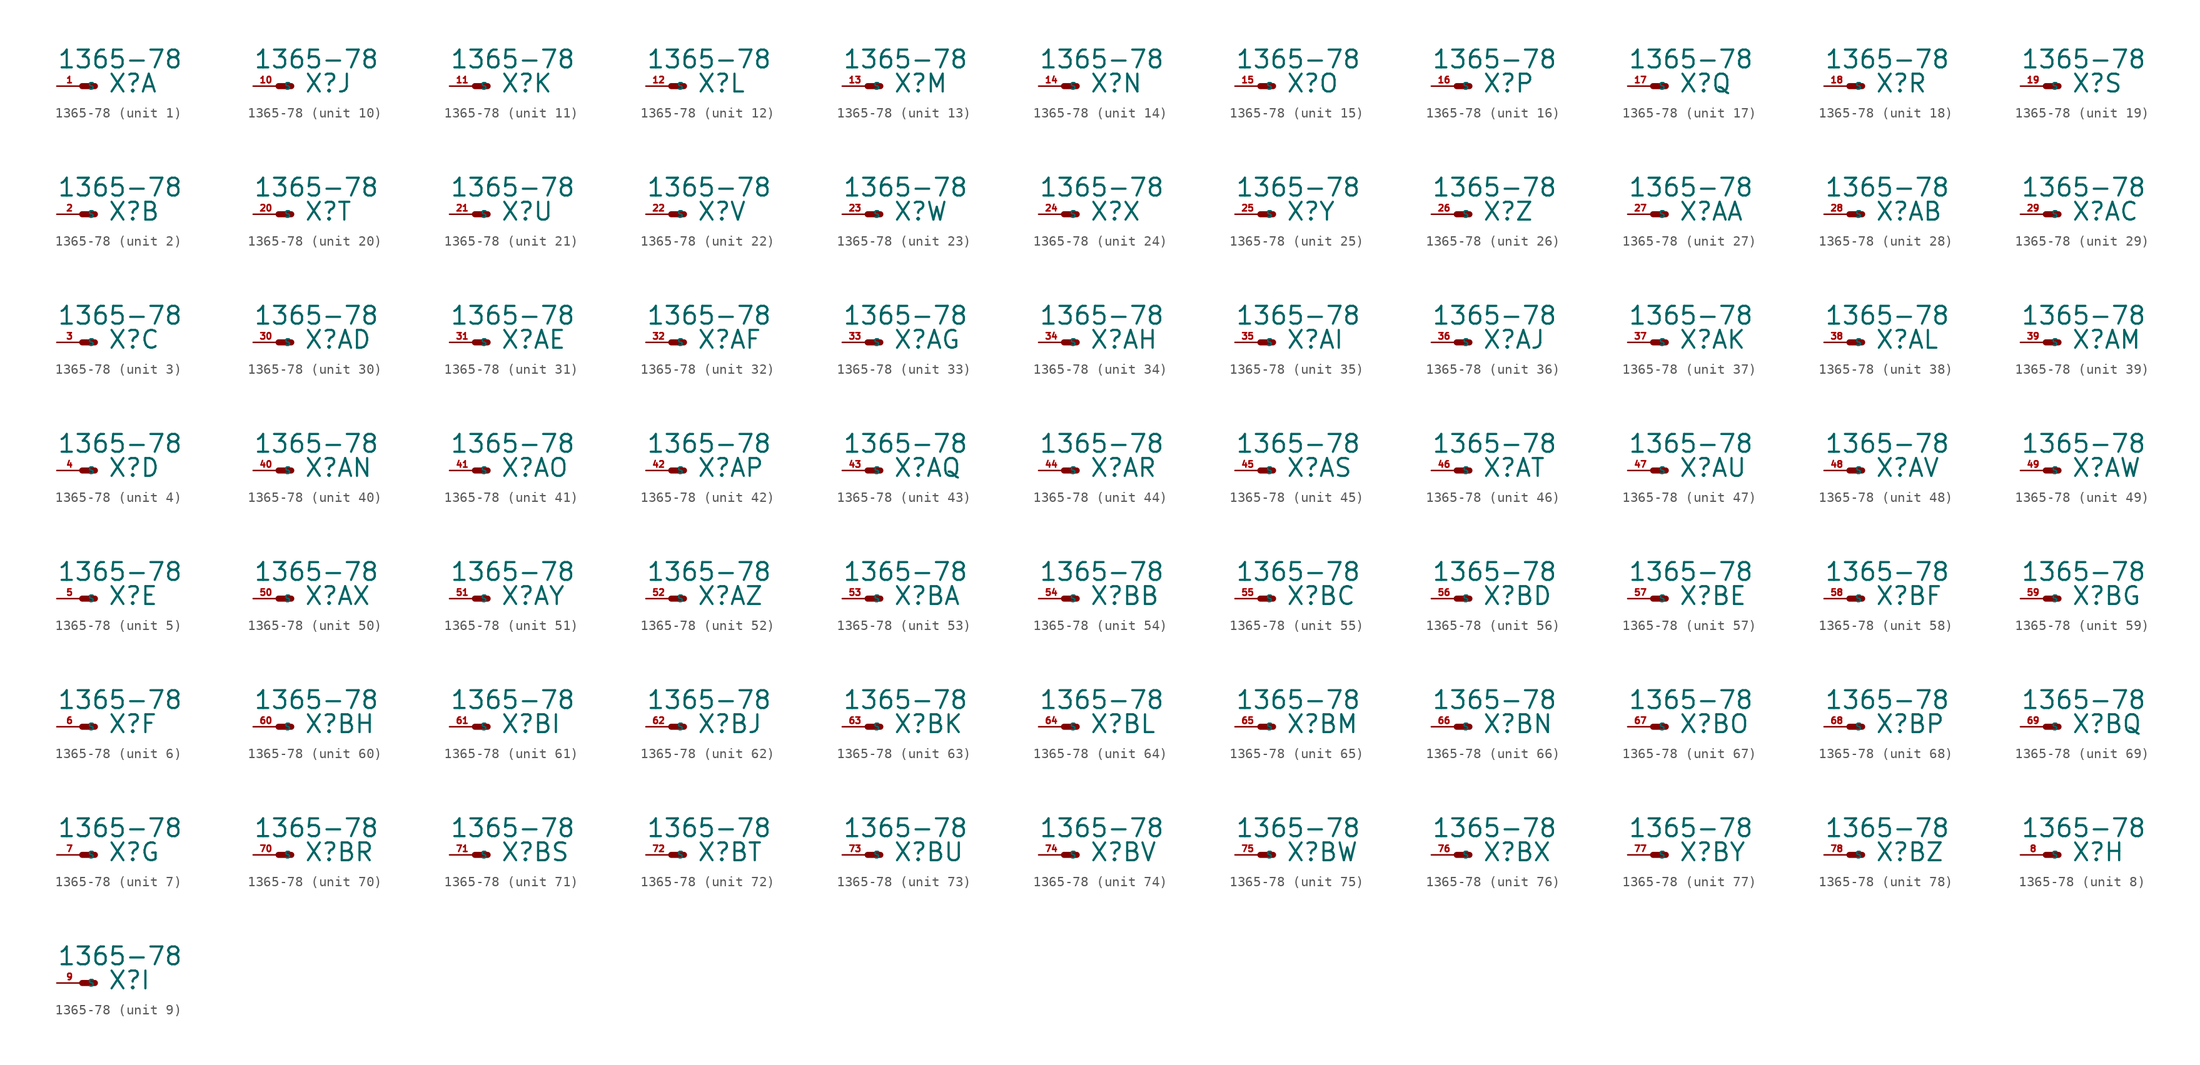
<source format=kicad_sym>
(kicad_symbol_lib
  (version 20220914)
  (generator Eagle2Kicad)
  (symbol "1365-78"
    (property "Reference" "X"
      (at 2.54 -0.762 0)
      (effects (font (size 1.778 1.778) (thickness 0.22)) (justify left bottom)))
    (property "Value" "1365-78"
      (at -2.54 1.651 0)
      (effects (font (size 1.778 1.778) (thickness 0.22)) (justify left bottom)))
    (symbol "1365-78_1_0"
      (polyline (pts (xy 0 0) (xy 1.27 0)) (stroke (width 0.61) (type default)) (fill (type none)))
      (pin passive line (at -2.54 0 0) (length 2.54) (name "S" (effects (font (size 0.635 0.635) (thickness 0.08)) (justify left bottom))) (number "1" (effects (font (size 0.635 0.635) (thickness 0.08)) (justify left bottom)))))
    (symbol "1365-78_2_0"
      (polyline (pts (xy 0 0) (xy 1.27 0)) (stroke (width 0.61) (type default)) (fill (type none)))
      (pin passive line (at -2.54 0 0) (length 2.54) (name "S" (effects (font (size 0.635 0.635) (thickness 0.08)) (justify left bottom))) (number "2" (effects (font (size 0.635 0.635) (thickness 0.08)) (justify left bottom)))))
    (symbol "1365-78_3_0"
      (polyline (pts (xy 0 0) (xy 1.27 0)) (stroke (width 0.61) (type default)) (fill (type none)))
      (pin passive line (at -2.54 0 0) (length 2.54) (name "S" (effects (font (size 0.635 0.635) (thickness 0.08)) (justify left bottom))) (number "3" (effects (font (size 0.635 0.635) (thickness 0.08)) (justify left bottom)))))
    (symbol "1365-78_4_0"
      (polyline (pts (xy 0 0) (xy 1.27 0)) (stroke (width 0.61) (type default)) (fill (type none)))
      (pin passive line (at -2.54 0 0) (length 2.54) (name "S" (effects (font (size 0.635 0.635) (thickness 0.08)) (justify left bottom))) (number "4" (effects (font (size 0.635 0.635) (thickness 0.08)) (justify left bottom)))))
    (symbol "1365-78_5_0"
      (polyline (pts (xy 0 0) (xy 1.27 0)) (stroke (width 0.61) (type default)) (fill (type none)))
      (pin passive line (at -2.54 0 0) (length 2.54) (name "S" (effects (font (size 0.635 0.635) (thickness 0.08)) (justify left bottom))) (number "5" (effects (font (size 0.635 0.635) (thickness 0.08)) (justify left bottom)))))
    (symbol "1365-78_6_0"
      (polyline (pts (xy 0 0) (xy 1.27 0)) (stroke (width 0.61) (type default)) (fill (type none)))
      (pin passive line (at -2.54 0 0) (length 2.54) (name "S" (effects (font (size 0.635 0.635) (thickness 0.08)) (justify left bottom))) (number "6" (effects (font (size 0.635 0.635) (thickness 0.08)) (justify left bottom)))))
    (symbol "1365-78_7_0"
      (polyline (pts (xy 0 0) (xy 1.27 0)) (stroke (width 0.61) (type default)) (fill (type none)))
      (pin passive line (at -2.54 0 0) (length 2.54) (name "S" (effects (font (size 0.635 0.635) (thickness 0.08)) (justify left bottom))) (number "7" (effects (font (size 0.635 0.635) (thickness 0.08)) (justify left bottom)))))
    (symbol "1365-78_8_0"
      (polyline (pts (xy 0 0) (xy 1.27 0)) (stroke (width 0.61) (type default)) (fill (type none)))
      (pin passive line (at -2.54 0 0) (length 2.54) (name "S" (effects (font (size 0.635 0.635) (thickness 0.08)) (justify left bottom))) (number "8" (effects (font (size 0.635 0.635) (thickness 0.08)) (justify left bottom)))))
    (symbol "1365-78_9_0"
      (polyline (pts (xy 0 0) (xy 1.27 0)) (stroke (width 0.61) (type default)) (fill (type none)))
      (pin passive line (at -2.54 0 0) (length 2.54) (name "S" (effects (font (size 0.635 0.635) (thickness 0.08)) (justify left bottom))) (number "9" (effects (font (size 0.635 0.635) (thickness 0.08)) (justify left bottom)))))
    (symbol "1365-78_10_0"
      (polyline (pts (xy 0 0) (xy 1.27 0)) (stroke (width 0.61) (type default)) (fill (type none)))
      (pin passive line (at -2.54 0 0) (length 2.54) (name "S" (effects (font (size 0.635 0.635) (thickness 0.08)) (justify left bottom))) (number "10" (effects (font (size 0.635 0.635) (thickness 0.08)) (justify left bottom)))))
    (symbol "1365-78_11_0"
      (polyline (pts (xy 0 0) (xy 1.27 0)) (stroke (width 0.61) (type default)) (fill (type none)))
      (pin passive line (at -2.54 0 0) (length 2.54) (name "S" (effects (font (size 0.635 0.635) (thickness 0.08)) (justify left bottom))) (number "11" (effects (font (size 0.635 0.635) (thickness 0.08)) (justify left bottom)))))
    (symbol "1365-78_12_0"
      (polyline (pts (xy 0 0) (xy 1.27 0)) (stroke (width 0.61) (type default)) (fill (type none)))
      (pin passive line (at -2.54 0 0) (length 2.54) (name "S" (effects (font (size 0.635 0.635) (thickness 0.08)) (justify left bottom))) (number "12" (effects (font (size 0.635 0.635) (thickness 0.08)) (justify left bottom)))))
    (symbol "1365-78_13_0"
      (polyline (pts (xy 0 0) (xy 1.27 0)) (stroke (width 0.61) (type default)) (fill (type none)))
      (pin passive line (at -2.54 0 0) (length 2.54) (name "S" (effects (font (size 0.635 0.635) (thickness 0.08)) (justify left bottom))) (number "13" (effects (font (size 0.635 0.635) (thickness 0.08)) (justify left bottom)))))
    (symbol "1365-78_14_0"
      (polyline (pts (xy 0 0) (xy 1.27 0)) (stroke (width 0.61) (type default)) (fill (type none)))
      (pin passive line (at -2.54 0 0) (length 2.54) (name "S" (effects (font (size 0.635 0.635) (thickness 0.08)) (justify left bottom))) (number "14" (effects (font (size 0.635 0.635) (thickness 0.08)) (justify left bottom)))))
    (symbol "1365-78_15_0"
      (polyline (pts (xy 0 0) (xy 1.27 0)) (stroke (width 0.61) (type default)) (fill (type none)))
      (pin passive line (at -2.54 0 0) (length 2.54) (name "S" (effects (font (size 0.635 0.635) (thickness 0.08)) (justify left bottom))) (number "15" (effects (font (size 0.635 0.635) (thickness 0.08)) (justify left bottom)))))
    (symbol "1365-78_16_0"
      (polyline (pts (xy 0 0) (xy 1.27 0)) (stroke (width 0.61) (type default)) (fill (type none)))
      (pin passive line (at -2.54 0 0) (length 2.54) (name "S" (effects (font (size 0.635 0.635) (thickness 0.08)) (justify left bottom))) (number "16" (effects (font (size 0.635 0.635) (thickness 0.08)) (justify left bottom)))))
    (symbol "1365-78_17_0"
      (polyline (pts (xy 0 0) (xy 1.27 0)) (stroke (width 0.61) (type default)) (fill (type none)))
      (pin passive line (at -2.54 0 0) (length 2.54) (name "S" (effects (font (size 0.635 0.635) (thickness 0.08)) (justify left bottom))) (number "17" (effects (font (size 0.635 0.635) (thickness 0.08)) (justify left bottom)))))
    (symbol "1365-78_18_0"
      (polyline (pts (xy 0 0) (xy 1.27 0)) (stroke (width 0.61) (type default)) (fill (type none)))
      (pin passive line (at -2.54 0 0) (length 2.54) (name "S" (effects (font (size 0.635 0.635) (thickness 0.08)) (justify left bottom))) (number "18" (effects (font (size 0.635 0.635) (thickness 0.08)) (justify left bottom)))))
    (symbol "1365-78_19_0"
      (polyline (pts (xy 0 0) (xy 1.27 0)) (stroke (width 0.61) (type default)) (fill (type none)))
      (pin passive line (at -2.54 0 0) (length 2.54) (name "S" (effects (font (size 0.635 0.635) (thickness 0.08)) (justify left bottom))) (number "19" (effects (font (size 0.635 0.635) (thickness 0.08)) (justify left bottom)))))
    (symbol "1365-78_20_0"
      (polyline (pts (xy 0 0) (xy 1.27 0)) (stroke (width 0.61) (type default)) (fill (type none)))
      (pin passive line (at -2.54 0 0) (length 2.54) (name "S" (effects (font (size 0.635 0.635) (thickness 0.08)) (justify left bottom))) (number "20" (effects (font (size 0.635 0.635) (thickness 0.08)) (justify left bottom)))))
    (symbol "1365-78_21_0"
      (polyline (pts (xy 0 0) (xy 1.27 0)) (stroke (width 0.61) (type default)) (fill (type none)))
      (pin passive line (at -2.54 0 0) (length 2.54) (name "S" (effects (font (size 0.635 0.635) (thickness 0.08)) (justify left bottom))) (number "21" (effects (font (size 0.635 0.635) (thickness 0.08)) (justify left bottom)))))
    (symbol "1365-78_22_0"
      (polyline (pts (xy 0 0) (xy 1.27 0)) (stroke (width 0.61) (type default)) (fill (type none)))
      (pin passive line (at -2.54 0 0) (length 2.54) (name "S" (effects (font (size 0.635 0.635) (thickness 0.08)) (justify left bottom))) (number "22" (effects (font (size 0.635 0.635) (thickness 0.08)) (justify left bottom)))))
    (symbol "1365-78_23_0"
      (polyline (pts (xy 0 0) (xy 1.27 0)) (stroke (width 0.61) (type default)) (fill (type none)))
      (pin passive line (at -2.54 0 0) (length 2.54) (name "S" (effects (font (size 0.635 0.635) (thickness 0.08)) (justify left bottom))) (number "23" (effects (font (size 0.635 0.635) (thickness 0.08)) (justify left bottom)))))
    (symbol "1365-78_24_0"
      (polyline (pts (xy 0 0) (xy 1.27 0)) (stroke (width 0.61) (type default)) (fill (type none)))
      (pin passive line (at -2.54 0 0) (length 2.54) (name "S" (effects (font (size 0.635 0.635) (thickness 0.08)) (justify left bottom))) (number "24" (effects (font (size 0.635 0.635) (thickness 0.08)) (justify left bottom)))))
    (symbol "1365-78_25_0"
      (polyline (pts (xy 0 0) (xy 1.27 0)) (stroke (width 0.61) (type default)) (fill (type none)))
      (pin passive line (at -2.54 0 0) (length 2.54) (name "S" (effects (font (size 0.635 0.635) (thickness 0.08)) (justify left bottom))) (number "25" (effects (font (size 0.635 0.635) (thickness 0.08)) (justify left bottom)))))
    (symbol "1365-78_26_0"
      (polyline (pts (xy 0 0) (xy 1.27 0)) (stroke (width 0.61) (type default)) (fill (type none)))
      (pin passive line (at -2.54 0 0) (length 2.54) (name "S" (effects (font (size 0.635 0.635) (thickness 0.08)) (justify left bottom))) (number "26" (effects (font (size 0.635 0.635) (thickness 0.08)) (justify left bottom)))))
    (symbol "1365-78_27_0"
      (polyline (pts (xy 0 0) (xy 1.27 0)) (stroke (width 0.61) (type default)) (fill (type none)))
      (pin passive line (at -2.54 0 0) (length 2.54) (name "S" (effects (font (size 0.635 0.635) (thickness 0.08)) (justify left bottom))) (number "27" (effects (font (size 0.635 0.635) (thickness 0.08)) (justify left bottom)))))
    (symbol "1365-78_28_0"
      (polyline (pts (xy 0 0) (xy 1.27 0)) (stroke (width 0.61) (type default)) (fill (type none)))
      (pin passive line (at -2.54 0 0) (length 2.54) (name "S" (effects (font (size 0.635 0.635) (thickness 0.08)) (justify left bottom))) (number "28" (effects (font (size 0.635 0.635) (thickness 0.08)) (justify left bottom)))))
    (symbol "1365-78_29_0"
      (polyline (pts (xy 0 0) (xy 1.27 0)) (stroke (width 0.61) (type default)) (fill (type none)))
      (pin passive line (at -2.54 0 0) (length 2.54) (name "S" (effects (font (size 0.635 0.635) (thickness 0.08)) (justify left bottom))) (number "29" (effects (font (size 0.635 0.635) (thickness 0.08)) (justify left bottom)))))
    (symbol "1365-78_30_0"
      (polyline (pts (xy 0 0) (xy 1.27 0)) (stroke (width 0.61) (type default)) (fill (type none)))
      (pin passive line (at -2.54 0 0) (length 2.54) (name "S" (effects (font (size 0.635 0.635) (thickness 0.08)) (justify left bottom))) (number "30" (effects (font (size 0.635 0.635) (thickness 0.08)) (justify left bottom)))))
    (symbol "1365-78_31_0"
      (polyline (pts (xy 0 0) (xy 1.27 0)) (stroke (width 0.61) (type default)) (fill (type none)))
      (pin passive line (at -2.54 0 0) (length 2.54) (name "S" (effects (font (size 0.635 0.635) (thickness 0.08)) (justify left bottom))) (number "31" (effects (font (size 0.635 0.635) (thickness 0.08)) (justify left bottom)))))
    (symbol "1365-78_32_0"
      (polyline (pts (xy 0 0) (xy 1.27 0)) (stroke (width 0.61) (type default)) (fill (type none)))
      (pin passive line (at -2.54 0 0) (length 2.54) (name "S" (effects (font (size 0.635 0.635) (thickness 0.08)) (justify left bottom))) (number "32" (effects (font (size 0.635 0.635) (thickness 0.08)) (justify left bottom)))))
    (symbol "1365-78_33_0"
      (polyline (pts (xy 0 0) (xy 1.27 0)) (stroke (width 0.61) (type default)) (fill (type none)))
      (pin passive line (at -2.54 0 0) (length 2.54) (name "S" (effects (font (size 0.635 0.635) (thickness 0.08)) (justify left bottom))) (number "33" (effects (font (size 0.635 0.635) (thickness 0.08)) (justify left bottom)))))
    (symbol "1365-78_34_0"
      (polyline (pts (xy 0 0) (xy 1.27 0)) (stroke (width 0.61) (type default)) (fill (type none)))
      (pin passive line (at -2.54 0 0) (length 2.54) (name "S" (effects (font (size 0.635 0.635) (thickness 0.08)) (justify left bottom))) (number "34" (effects (font (size 0.635 0.635) (thickness 0.08)) (justify left bottom)))))
    (symbol "1365-78_35_0"
      (polyline (pts (xy 0 0) (xy 1.27 0)) (stroke (width 0.61) (type default)) (fill (type none)))
      (pin passive line (at -2.54 0 0) (length 2.54) (name "S" (effects (font (size 0.635 0.635) (thickness 0.08)) (justify left bottom))) (number "35" (effects (font (size 0.635 0.635) (thickness 0.08)) (justify left bottom)))))
    (symbol "1365-78_36_0"
      (polyline (pts (xy 0 0) (xy 1.27 0)) (stroke (width 0.61) (type default)) (fill (type none)))
      (pin passive line (at -2.54 0 0) (length 2.54) (name "S" (effects (font (size 0.635 0.635) (thickness 0.08)) (justify left bottom))) (number "36" (effects (font (size 0.635 0.635) (thickness 0.08)) (justify left bottom)))))
    (symbol "1365-78_37_0"
      (polyline (pts (xy 0 0) (xy 1.27 0)) (stroke (width 0.61) (type default)) (fill (type none)))
      (pin passive line (at -2.54 0 0) (length 2.54) (name "S" (effects (font (size 0.635 0.635) (thickness 0.08)) (justify left bottom))) (number "37" (effects (font (size 0.635 0.635) (thickness 0.08)) (justify left bottom)))))
    (symbol "1365-78_38_0"
      (polyline (pts (xy 0 0) (xy 1.27 0)) (stroke (width 0.61) (type default)) (fill (type none)))
      (pin passive line (at -2.54 0 0) (length 2.54) (name "S" (effects (font (size 0.635 0.635) (thickness 0.08)) (justify left bottom))) (number "38" (effects (font (size 0.635 0.635) (thickness 0.08)) (justify left bottom)))))
    (symbol "1365-78_39_0"
      (polyline (pts (xy 0 0) (xy 1.27 0)) (stroke (width 0.61) (type default)) (fill (type none)))
      (pin passive line (at -2.54 0 0) (length 2.54) (name "S" (effects (font (size 0.635 0.635) (thickness 0.08)) (justify left bottom))) (number "39" (effects (font (size 0.635 0.635) (thickness 0.08)) (justify left bottom)))))
    (symbol "1365-78_40_0"
      (polyline (pts (xy 0 0) (xy 1.27 0)) (stroke (width 0.61) (type default)) (fill (type none)))
      (pin passive line (at -2.54 0 0) (length 2.54) (name "S" (effects (font (size 0.635 0.635) (thickness 0.08)) (justify left bottom))) (number "40" (effects (font (size 0.635 0.635) (thickness 0.08)) (justify left bottom)))))
    (symbol "1365-78_41_0"
      (polyline (pts (xy 0 0) (xy 1.27 0)) (stroke (width 0.61) (type default)) (fill (type none)))
      (pin passive line (at -2.54 0 0) (length 2.54) (name "S" (effects (font (size 0.635 0.635) (thickness 0.08)) (justify left bottom))) (number "41" (effects (font (size 0.635 0.635) (thickness 0.08)) (justify left bottom)))))
    (symbol "1365-78_42_0"
      (polyline (pts (xy 0 0) (xy 1.27 0)) (stroke (width 0.61) (type default)) (fill (type none)))
      (pin passive line (at -2.54 0 0) (length 2.54) (name "S" (effects (font (size 0.635 0.635) (thickness 0.08)) (justify left bottom))) (number "42" (effects (font (size 0.635 0.635) (thickness 0.08)) (justify left bottom)))))
    (symbol "1365-78_43_0"
      (polyline (pts (xy 0 0) (xy 1.27 0)) (stroke (width 0.61) (type default)) (fill (type none)))
      (pin passive line (at -2.54 0 0) (length 2.54) (name "S" (effects (font (size 0.635 0.635) (thickness 0.08)) (justify left bottom))) (number "43" (effects (font (size 0.635 0.635) (thickness 0.08)) (justify left bottom)))))
    (symbol "1365-78_44_0"
      (polyline (pts (xy 0 0) (xy 1.27 0)) (stroke (width 0.61) (type default)) (fill (type none)))
      (pin passive line (at -2.54 0 0) (length 2.54) (name "S" (effects (font (size 0.635 0.635) (thickness 0.08)) (justify left bottom))) (number "44" (effects (font (size 0.635 0.635) (thickness 0.08)) (justify left bottom)))))
    (symbol "1365-78_45_0"
      (polyline (pts (xy 0 0) (xy 1.27 0)) (stroke (width 0.61) (type default)) (fill (type none)))
      (pin passive line (at -2.54 0 0) (length 2.54) (name "S" (effects (font (size 0.635 0.635) (thickness 0.08)) (justify left bottom))) (number "45" (effects (font (size 0.635 0.635) (thickness 0.08)) (justify left bottom)))))
    (symbol "1365-78_46_0"
      (polyline (pts (xy 0 0) (xy 1.27 0)) (stroke (width 0.61) (type default)) (fill (type none)))
      (pin passive line (at -2.54 0 0) (length 2.54) (name "S" (effects (font (size 0.635 0.635) (thickness 0.08)) (justify left bottom))) (number "46" (effects (font (size 0.635 0.635) (thickness 0.08)) (justify left bottom)))))
    (symbol "1365-78_47_0"
      (polyline (pts (xy 0 0) (xy 1.27 0)) (stroke (width 0.61) (type default)) (fill (type none)))
      (pin passive line (at -2.54 0 0) (length 2.54) (name "S" (effects (font (size 0.635 0.635) (thickness 0.08)) (justify left bottom))) (number "47" (effects (font (size 0.635 0.635) (thickness 0.08)) (justify left bottom)))))
    (symbol "1365-78_48_0"
      (polyline (pts (xy 0 0) (xy 1.27 0)) (stroke (width 0.61) (type default)) (fill (type none)))
      (pin passive line (at -2.54 0 0) (length 2.54) (name "S" (effects (font (size 0.635 0.635) (thickness 0.08)) (justify left bottom))) (number "48" (effects (font (size 0.635 0.635) (thickness 0.08)) (justify left bottom)))))
    (symbol "1365-78_49_0"
      (polyline (pts (xy 0 0) (xy 1.27 0)) (stroke (width 0.61) (type default)) (fill (type none)))
      (pin passive line (at -2.54 0 0) (length 2.54) (name "S" (effects (font (size 0.635 0.635) (thickness 0.08)) (justify left bottom))) (number "49" (effects (font (size 0.635 0.635) (thickness 0.08)) (justify left bottom)))))
    (symbol "1365-78_50_0"
      (polyline (pts (xy 0 0) (xy 1.27 0)) (stroke (width 0.61) (type default)) (fill (type none)))
      (pin passive line (at -2.54 0 0) (length 2.54) (name "S" (effects (font (size 0.635 0.635) (thickness 0.08)) (justify left bottom))) (number "50" (effects (font (size 0.635 0.635) (thickness 0.08)) (justify left bottom)))))
    (symbol "1365-78_51_0"
      (polyline (pts (xy 0 0) (xy 1.27 0)) (stroke (width 0.61) (type default)) (fill (type none)))
      (pin passive line (at -2.54 0 0) (length 2.54) (name "S" (effects (font (size 0.635 0.635) (thickness 0.08)) (justify left bottom))) (number "51" (effects (font (size 0.635 0.635) (thickness 0.08)) (justify left bottom)))))
    (symbol "1365-78_52_0"
      (polyline (pts (xy 0 0) (xy 1.27 0)) (stroke (width 0.61) (type default)) (fill (type none)))
      (pin passive line (at -2.54 0 0) (length 2.54) (name "S" (effects (font (size 0.635 0.635) (thickness 0.08)) (justify left bottom))) (number "52" (effects (font (size 0.635 0.635) (thickness 0.08)) (justify left bottom)))))
    (symbol "1365-78_53_0"
      (polyline (pts (xy 0 0) (xy 1.27 0)) (stroke (width 0.61) (type default)) (fill (type none)))
      (pin passive line (at -2.54 0 0) (length 2.54) (name "S" (effects (font (size 0.635 0.635) (thickness 0.08)) (justify left bottom))) (number "53" (effects (font (size 0.635 0.635) (thickness 0.08)) (justify left bottom)))))
    (symbol "1365-78_54_0"
      (polyline (pts (xy 0 0) (xy 1.27 0)) (stroke (width 0.61) (type default)) (fill (type none)))
      (pin passive line (at -2.54 0 0) (length 2.54) (name "S" (effects (font (size 0.635 0.635) (thickness 0.08)) (justify left bottom))) (number "54" (effects (font (size 0.635 0.635) (thickness 0.08)) (justify left bottom)))))
    (symbol "1365-78_55_0"
      (polyline (pts (xy 0 0) (xy 1.27 0)) (stroke (width 0.61) (type default)) (fill (type none)))
      (pin passive line (at -2.54 0 0) (length 2.54) (name "S" (effects (font (size 0.635 0.635) (thickness 0.08)) (justify left bottom))) (number "55" (effects (font (size 0.635 0.635) (thickness 0.08)) (justify left bottom)))))
    (symbol "1365-78_56_0"
      (polyline (pts (xy 0 0) (xy 1.27 0)) (stroke (width 0.61) (type default)) (fill (type none)))
      (pin passive line (at -2.54 0 0) (length 2.54) (name "S" (effects (font (size 0.635 0.635) (thickness 0.08)) (justify left bottom))) (number "56" (effects (font (size 0.635 0.635) (thickness 0.08)) (justify left bottom)))))
    (symbol "1365-78_57_0"
      (polyline (pts (xy 0 0) (xy 1.27 0)) (stroke (width 0.61) (type default)) (fill (type none)))
      (pin passive line (at -2.54 0 0) (length 2.54) (name "S" (effects (font (size 0.635 0.635) (thickness 0.08)) (justify left bottom))) (number "57" (effects (font (size 0.635 0.635) (thickness 0.08)) (justify left bottom)))))
    (symbol "1365-78_58_0"
      (polyline (pts (xy 0 0) (xy 1.27 0)) (stroke (width 0.61) (type default)) (fill (type none)))
      (pin passive line (at -2.54 0 0) (length 2.54) (name "S" (effects (font (size 0.635 0.635) (thickness 0.08)) (justify left bottom))) (number "58" (effects (font (size 0.635 0.635) (thickness 0.08)) (justify left bottom)))))
    (symbol "1365-78_59_0"
      (polyline (pts (xy 0 0) (xy 1.27 0)) (stroke (width 0.61) (type default)) (fill (type none)))
      (pin passive line (at -2.54 0 0) (length 2.54) (name "S" (effects (font (size 0.635 0.635) (thickness 0.08)) (justify left bottom))) (number "59" (effects (font (size 0.635 0.635) (thickness 0.08)) (justify left bottom)))))
    (symbol "1365-78_60_0"
      (polyline (pts (xy 0 0) (xy 1.27 0)) (stroke (width 0.61) (type default)) (fill (type none)))
      (pin passive line (at -2.54 0 0) (length 2.54) (name "S" (effects (font (size 0.635 0.635) (thickness 0.08)) (justify left bottom))) (number "60" (effects (font (size 0.635 0.635) (thickness 0.08)) (justify left bottom)))))
    (symbol "1365-78_61_0"
      (polyline (pts (xy 0 0) (xy 1.27 0)) (stroke (width 0.61) (type default)) (fill (type none)))
      (pin passive line (at -2.54 0 0) (length 2.54) (name "S" (effects (font (size 0.635 0.635) (thickness 0.08)) (justify left bottom))) (number "61" (effects (font (size 0.635 0.635) (thickness 0.08)) (justify left bottom)))))
    (symbol "1365-78_62_0"
      (polyline (pts (xy 0 0) (xy 1.27 0)) (stroke (width 0.61) (type default)) (fill (type none)))
      (pin passive line (at -2.54 0 0) (length 2.54) (name "S" (effects (font (size 0.635 0.635) (thickness 0.08)) (justify left bottom))) (number "62" (effects (font (size 0.635 0.635) (thickness 0.08)) (justify left bottom)))))
    (symbol "1365-78_63_0"
      (polyline (pts (xy 0 0) (xy 1.27 0)) (stroke (width 0.61) (type default)) (fill (type none)))
      (pin passive line (at -2.54 0 0) (length 2.54) (name "S" (effects (font (size 0.635 0.635) (thickness 0.08)) (justify left bottom))) (number "63" (effects (font (size 0.635 0.635) (thickness 0.08)) (justify left bottom)))))
    (symbol "1365-78_64_0"
      (polyline (pts (xy 0 0) (xy 1.27 0)) (stroke (width 0.61) (type default)) (fill (type none)))
      (pin passive line (at -2.54 0 0) (length 2.54) (name "S" (effects (font (size 0.635 0.635) (thickness 0.08)) (justify left bottom))) (number "64" (effects (font (size 0.635 0.635) (thickness 0.08)) (justify left bottom)))))
    (symbol "1365-78_65_0"
      (polyline (pts (xy 0 0) (xy 1.27 0)) (stroke (width 0.61) (type default)) (fill (type none)))
      (pin passive line (at -2.54 0 0) (length 2.54) (name "S" (effects (font (size 0.635 0.635) (thickness 0.08)) (justify left bottom))) (number "65" (effects (font (size 0.635 0.635) (thickness 0.08)) (justify left bottom)))))
    (symbol "1365-78_66_0"
      (polyline (pts (xy 0 0) (xy 1.27 0)) (stroke (width 0.61) (type default)) (fill (type none)))
      (pin passive line (at -2.54 0 0) (length 2.54) (name "S" (effects (font (size 0.635 0.635) (thickness 0.08)) (justify left bottom))) (number "66" (effects (font (size 0.635 0.635) (thickness 0.08)) (justify left bottom)))))
    (symbol "1365-78_67_0"
      (polyline (pts (xy 0 0) (xy 1.27 0)) (stroke (width 0.61) (type default)) (fill (type none)))
      (pin passive line (at -2.54 0 0) (length 2.54) (name "S" (effects (font (size 0.635 0.635) (thickness 0.08)) (justify left bottom))) (number "67" (effects (font (size 0.635 0.635) (thickness 0.08)) (justify left bottom)))))
    (symbol "1365-78_68_0"
      (polyline (pts (xy 0 0) (xy 1.27 0)) (stroke (width 0.61) (type default)) (fill (type none)))
      (pin passive line (at -2.54 0 0) (length 2.54) (name "S" (effects (font (size 0.635 0.635) (thickness 0.08)) (justify left bottom))) (number "68" (effects (font (size 0.635 0.635) (thickness 0.08)) (justify left bottom)))))
    (symbol "1365-78_69_0"
      (polyline (pts (xy 0 0) (xy 1.27 0)) (stroke (width 0.61) (type default)) (fill (type none)))
      (pin passive line (at -2.54 0 0) (length 2.54) (name "S" (effects (font (size 0.635 0.635) (thickness 0.08)) (justify left bottom))) (number "69" (effects (font (size 0.635 0.635) (thickness 0.08)) (justify left bottom)))))
    (symbol "1365-78_70_0"
      (polyline (pts (xy 0 0) (xy 1.27 0)) (stroke (width 0.61) (type default)) (fill (type none)))
      (pin passive line (at -2.54 0 0) (length 2.54) (name "S" (effects (font (size 0.635 0.635) (thickness 0.08)) (justify left bottom))) (number "70" (effects (font (size 0.635 0.635) (thickness 0.08)) (justify left bottom)))))
    (symbol "1365-78_71_0"
      (polyline (pts (xy 0 0) (xy 1.27 0)) (stroke (width 0.61) (type default)) (fill (type none)))
      (pin passive line (at -2.54 0 0) (length 2.54) (name "S" (effects (font (size 0.635 0.635) (thickness 0.08)) (justify left bottom))) (number "71" (effects (font (size 0.635 0.635) (thickness 0.08)) (justify left bottom)))))
    (symbol "1365-78_72_0"
      (polyline (pts (xy 0 0) (xy 1.27 0)) (stroke (width 0.61) (type default)) (fill (type none)))
      (pin passive line (at -2.54 0 0) (length 2.54) (name "S" (effects (font (size 0.635 0.635) (thickness 0.08)) (justify left bottom))) (number "72" (effects (font (size 0.635 0.635) (thickness 0.08)) (justify left bottom)))))
    (symbol "1365-78_73_0"
      (polyline (pts (xy 0 0) (xy 1.27 0)) (stroke (width 0.61) (type default)) (fill (type none)))
      (pin passive line (at -2.54 0 0) (length 2.54) (name "S" (effects (font (size 0.635 0.635) (thickness 0.08)) (justify left bottom))) (number "73" (effects (font (size 0.635 0.635) (thickness 0.08)) (justify left bottom)))))
    (symbol "1365-78_74_0"
      (polyline (pts (xy 0 0) (xy 1.27 0)) (stroke (width 0.61) (type default)) (fill (type none)))
      (pin passive line (at -2.54 0 0) (length 2.54) (name "S" (effects (font (size 0.635 0.635) (thickness 0.08)) (justify left bottom))) (number "74" (effects (font (size 0.635 0.635) (thickness 0.08)) (justify left bottom)))))
    (symbol "1365-78_75_0"
      (polyline (pts (xy 0 0) (xy 1.27 0)) (stroke (width 0.61) (type default)) (fill (type none)))
      (pin passive line (at -2.54 0 0) (length 2.54) (name "S" (effects (font (size 0.635 0.635) (thickness 0.08)) (justify left bottom))) (number "75" (effects (font (size 0.635 0.635) (thickness 0.08)) (justify left bottom)))))
    (symbol "1365-78_76_0"
      (polyline (pts (xy 0 0) (xy 1.27 0)) (stroke (width 0.61) (type default)) (fill (type none)))
      (pin passive line (at -2.54 0 0) (length 2.54) (name "S" (effects (font (size 0.635 0.635) (thickness 0.08)) (justify left bottom))) (number "76" (effects (font (size 0.635 0.635) (thickness 0.08)) (justify left bottom)))))
    (symbol "1365-78_77_0"
      (polyline (pts (xy 0 0) (xy 1.27 0)) (stroke (width 0.61) (type default)) (fill (type none)))
      (pin passive line (at -2.54 0 0) (length 2.54) (name "S" (effects (font (size 0.635 0.635) (thickness 0.08)) (justify left bottom))) (number "77" (effects (font (size 0.635 0.635) (thickness 0.08)) (justify left bottom)))))
    (symbol "1365-78_78_0"
      (polyline (pts (xy 0 0) (xy 1.27 0)) (stroke (width 0.61) (type default)) (fill (type none)))
      (pin passive line (at -2.54 0 0) (length 2.54) (name "S" (effects (font (size 0.635 0.635) (thickness 0.08)) (justify left bottom))) (number "78" (effects (font (size 0.635 0.635) (thickness 0.08)) (justify left bottom)))))))
</source>
